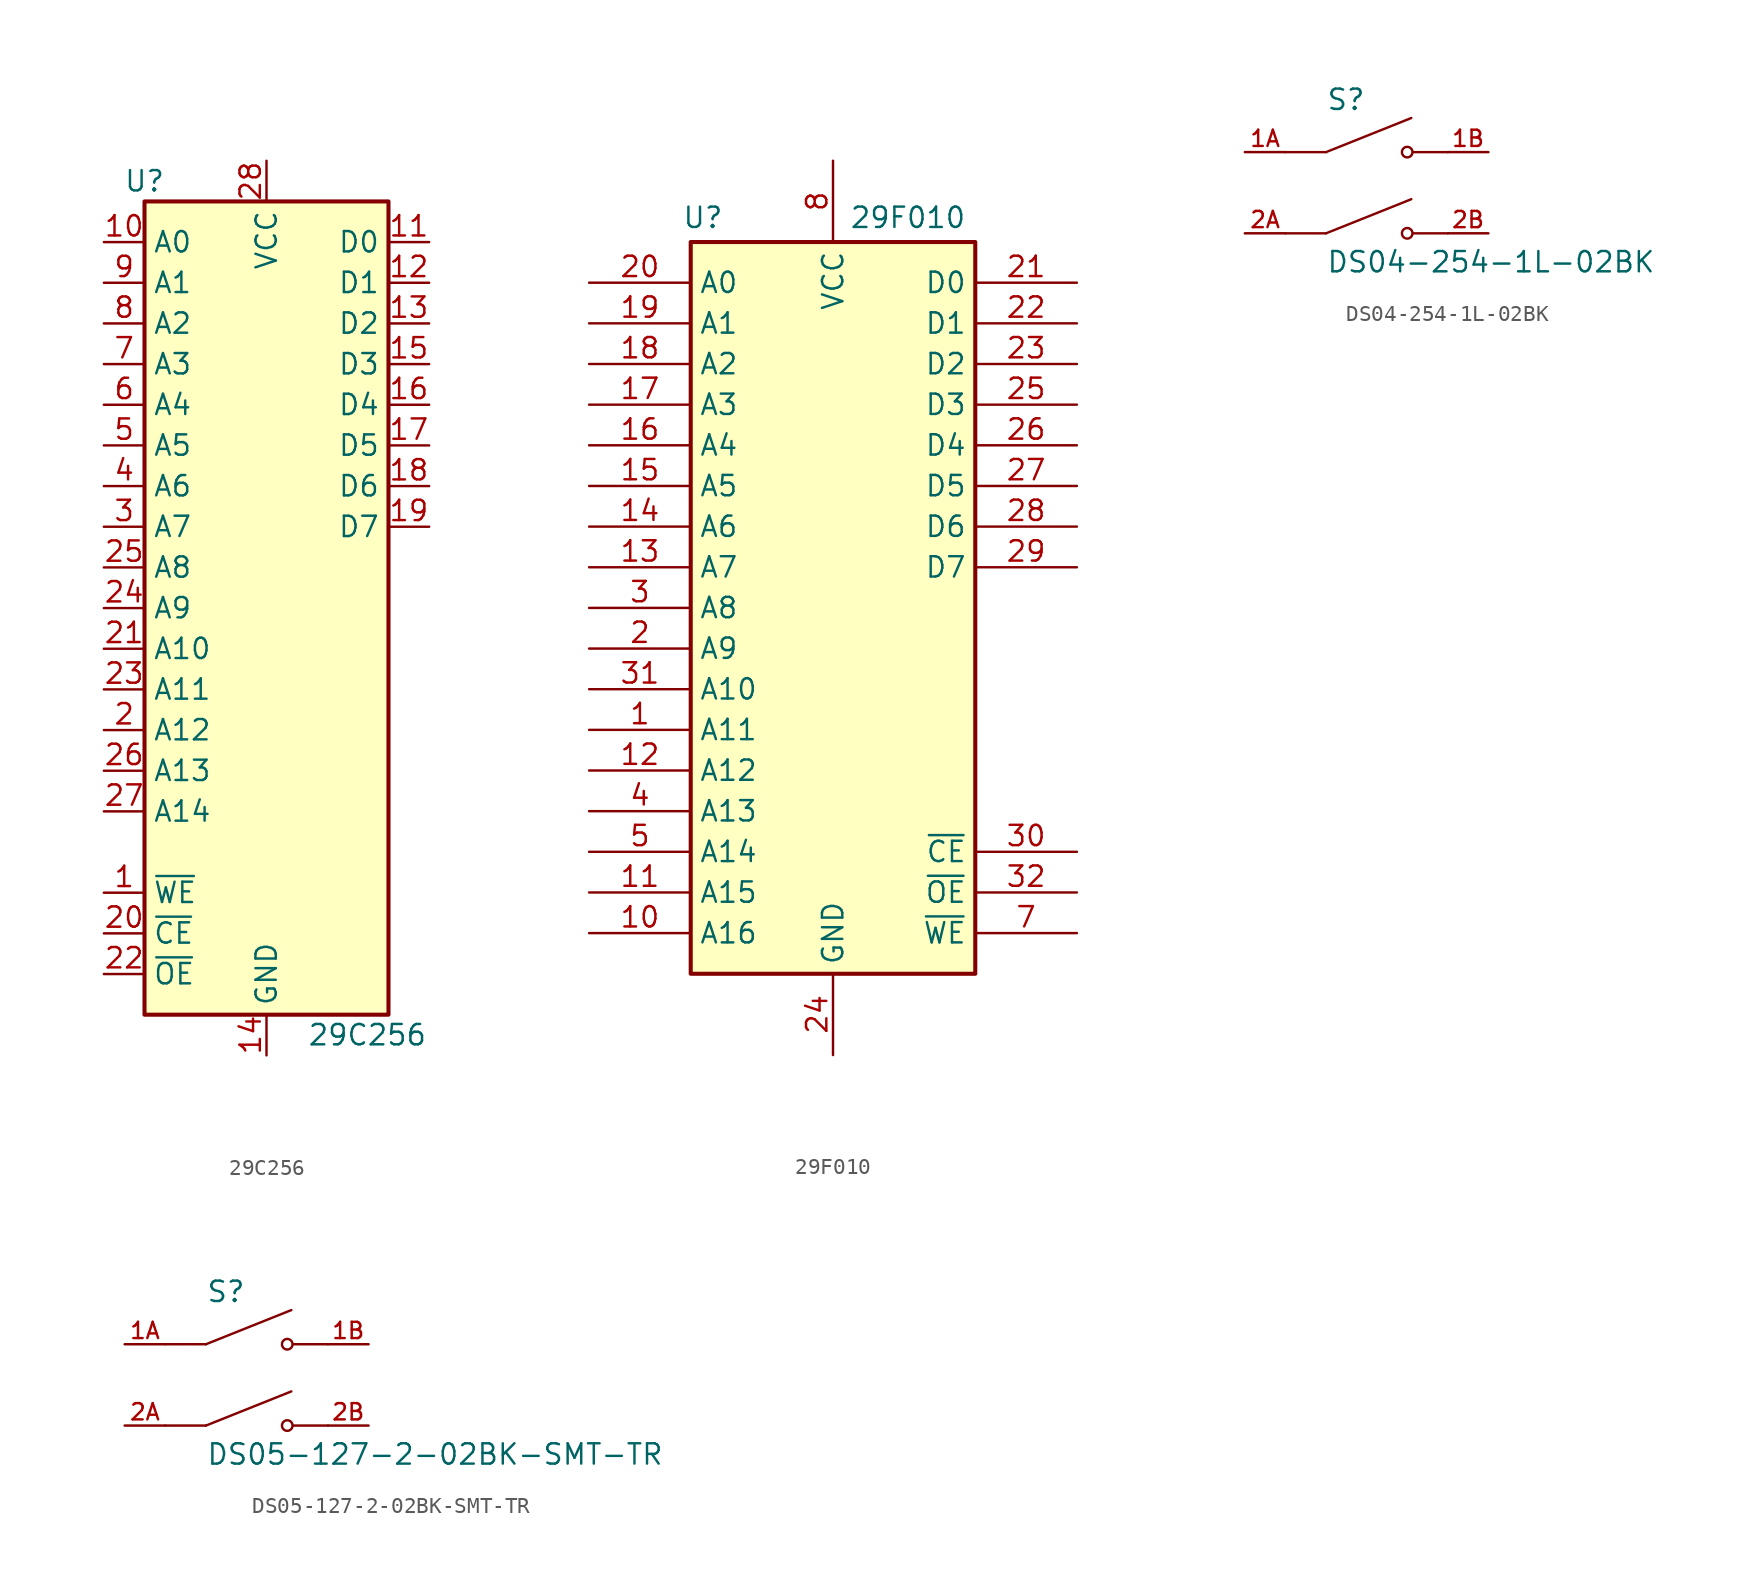
<source format=kicad_sym>
(kicad_symbol_lib
  (version 20211014)
  (generator kicad_symbol_editor)
  (symbol "29C256"
    (property "Reference" "U"
      (at -7.62 26.67 0)
      (effects (font (size 1.27 1.27))))
    (property "Value" "29C256"
      (at 2.54 -26.67 0)
      (effects (font (size 1.27 1.27)) (justify left)))
    (symbol "29C256_1_1"
      (rectangle (start -7.62 25.4) (end 7.62 -25.4) (stroke (width 0.254) (type default) (color 0 0 0 0)) (fill (type background)))
      (pin input line (at -10.16 -17.78 0) (length 2.54) (name "~{WE}" (effects (font (size 1.27 1.27)))) (number "1" (effects (font (size 1.27 1.27)))))
      (pin input line (at -10.16 22.86 0) (length 2.54) (name "A0" (effects (font (size 1.27 1.27)))) (number "10" (effects (font (size 1.27 1.27)))))
      (pin tri_state line (at 10.16 22.86 180) (length 2.54) (name "D0" (effects (font (size 1.27 1.27)))) (number "11" (effects (font (size 1.27 1.27)))))
      (pin tri_state line (at 10.16 20.32 180) (length 2.54) (name "D1" (effects (font (size 1.27 1.27)))) (number "12" (effects (font (size 1.27 1.27)))))
      (pin tri_state line (at 10.16 17.78 180) (length 2.54) (name "D2" (effects (font (size 1.27 1.27)))) (number "13" (effects (font (size 1.27 1.27)))))
      (pin power_in line (at 0 -27.94 90) (length 2.54) (name "GND" (effects (font (size 1.27 1.27)))) (number "14" (effects (font (size 1.27 1.27)))))
      (pin tri_state line (at 10.16 15.24 180) (length 2.54) (name "D3" (effects (font (size 1.27 1.27)))) (number "15" (effects (font (size 1.27 1.27)))))
      (pin tri_state line (at 10.16 12.7 180) (length 2.54) (name "D4" (effects (font (size 1.27 1.27)))) (number "16" (effects (font (size 1.27 1.27)))))
      (pin tri_state line (at 10.16 10.16 180) (length 2.54) (name "D5" (effects (font (size 1.27 1.27)))) (number "17" (effects (font (size 1.27 1.27)))))
      (pin tri_state line (at 10.16 7.62 180) (length 2.54) (name "D6" (effects (font (size 1.27 1.27)))) (number "18" (effects (font (size 1.27 1.27)))))
      (pin tri_state line (at 10.16 5.08 180) (length 2.54) (name "D7" (effects (font (size 1.27 1.27)))) (number "19" (effects (font (size 1.27 1.27)))))
      (pin input line (at -10.16 -7.62 0) (length 2.54) (name "A12" (effects (font (size 1.27 1.27)))) (number "2" (effects (font (size 1.27 1.27)))))
      (pin input line (at -10.16 -20.32 0) (length 2.54) (name "~{CE}" (effects (font (size 1.27 1.27)))) (number "20" (effects (font (size 1.27 1.27)))))
      (pin input line (at -10.16 -2.54 0) (length 2.54) (name "A10" (effects (font (size 1.27 1.27)))) (number "21" (effects (font (size 1.27 1.27)))))
      (pin input line (at -10.16 -22.86 0) (length 2.54) (name "~{OE}" (effects (font (size 1.27 1.27)))) (number "22" (effects (font (size 1.27 1.27)))))
      (pin input line (at -10.16 -5.08 0) (length 2.54) (name "A11" (effects (font (size 1.27 1.27)))) (number "23" (effects (font (size 1.27 1.27)))))
      (pin input line (at -10.16 0 0) (length 2.54) (name "A9" (effects (font (size 1.27 1.27)))) (number "24" (effects (font (size 1.27 1.27)))))
      (pin input line (at -10.16 2.54 0) (length 2.54) (name "A8" (effects (font (size 1.27 1.27)))) (number "25" (effects (font (size 1.27 1.27)))))
      (pin input line (at -10.16 -10.16 0) (length 2.54) (name "A13" (effects (font (size 1.27 1.27)))) (number "26" (effects (font (size 1.27 1.27)))))
      (pin input line (at -10.16 -12.7 0) (length 2.54) (name "A14" (effects (font (size 1.27 1.27)))) (number "27" (effects (font (size 1.27 1.27)))))
      (pin power_in line (at 0 27.94 270) (length 2.54) (name "VCC" (effects (font (size 1.27 1.27)))) (number "28" (effects (font (size 1.27 1.27)))))
      (pin input line (at -10.16 5.08 0) (length 2.54) (name "A7" (effects (font (size 1.27 1.27)))) (number "3" (effects (font (size 1.27 1.27)))))
      (pin input line (at -10.16 7.62 0) (length 2.54) (name "A6" (effects (font (size 1.27 1.27)))) (number "4" (effects (font (size 1.27 1.27)))))
      (pin input line (at -10.16 10.16 0) (length 2.54) (name "A5" (effects (font (size 1.27 1.27)))) (number "5" (effects (font (size 1.27 1.27)))))
      (pin input line (at -10.16 12.7 0) (length 2.54) (name "A4" (effects (font (size 1.27 1.27)))) (number "6" (effects (font (size 1.27 1.27)))))
      (pin input line (at -10.16 15.24 0) (length 2.54) (name "A3" (effects (font (size 1.27 1.27)))) (number "7" (effects (font (size 1.27 1.27)))))
      (pin input line (at -10.16 17.78 0) (length 2.54) (name "A2" (effects (font (size 1.27 1.27)))) (number "8" (effects (font (size 1.27 1.27)))))
      (pin input line (at -10.16 20.32 0) (length 2.54) (name "A1" (effects (font (size 1.27 1.27)))) (number "9" (effects (font (size 1.27 1.27)))))))
  (symbol "29F010"
    (property "Reference" "U"
      (at -8.128 24.384 0)
      (effects (font (size 1.27 1.27))))
    (property "Value" "29F010"
      (at 1.016 24.384 0)
      (effects (font (size 1.27 1.27)) (justify left)))
    (symbol "29F010_0_1"
      (rectangle (start -8.89 -22.86) (end 8.89 22.86) (stroke (width 0.254) (type default) (color 0 0 0 0)) (fill (type background))))
    (symbol "29F010_1_1"
      (pin input line (at -15.24 -7.62 0) (length 6.35) (name "A11" (effects (font (size 1.27 1.27)))) (number "1" (effects (font (size 1.27 1.27)))))
      (pin input line (at -15.24 -20.32 0) (length 6.35) (name "A16" (effects (font (size 1.27 1.27)))) (number "10" (effects (font (size 1.27 1.27)))))
      (pin input line (at -15.24 -17.78 0) (length 6.35) (name "A15" (effects (font (size 1.27 1.27)))) (number "11" (effects (font (size 1.27 1.27)))))
      (pin input line (at -15.24 -10.16 0) (length 6.35) (name "A12" (effects (font (size 1.27 1.27)))) (number "12" (effects (font (size 1.27 1.27)))))
      (pin input line (at -15.24 2.54 0) (length 6.35) (name "A7" (effects (font (size 1.27 1.27)))) (number "13" (effects (font (size 1.27 1.27)))))
      (pin input line (at -15.24 5.08 0) (length 6.35) (name "A6" (effects (font (size 1.27 1.27)))) (number "14" (effects (font (size 1.27 1.27)))))
      (pin input line (at -15.24 7.62 0) (length 6.35) (name "A5" (effects (font (size 1.27 1.27)))) (number "15" (effects (font (size 1.27 1.27)))))
      (pin input line (at -15.24 10.16 0) (length 6.35) (name "A4" (effects (font (size 1.27 1.27)))) (number "16" (effects (font (size 1.27 1.27)))))
      (pin input line (at -15.24 12.7 0) (length 6.35) (name "A3" (effects (font (size 1.27 1.27)))) (number "17" (effects (font (size 1.27 1.27)))))
      (pin input line (at -15.24 15.24 0) (length 6.35) (name "A2" (effects (font (size 1.27 1.27)))) (number "18" (effects (font (size 1.27 1.27)))))
      (pin input line (at -15.24 17.78 0) (length 6.35) (name "A1" (effects (font (size 1.27 1.27)))) (number "19" (effects (font (size 1.27 1.27)))))
      (pin input line (at -15.24 -2.54 0) (length 6.35) (name "A9" (effects (font (size 1.27 1.27)))) (number "2" (effects (font (size 1.27 1.27)))))
      (pin input line (at -15.24 20.32 0) (length 6.35) (name "A0" (effects (font (size 1.27 1.27)))) (number "20" (effects (font (size 1.27 1.27)))))
      (pin tri_state line (at 15.24 20.32 180) (length 6.35) (name "D0" (effects (font (size 1.27 1.27)))) (number "21" (effects (font (size 1.27 1.27)))))
      (pin tri_state line (at 15.24 17.78 180) (length 6.35) (name "D1" (effects (font (size 1.27 1.27)))) (number "22" (effects (font (size 1.27 1.27)))))
      (pin tri_state line (at 15.24 15.24 180) (length 6.35) (name "D2" (effects (font (size 1.27 1.27)))) (number "23" (effects (font (size 1.27 1.27)))))
      (pin input line (at 0 -27.94 90) (length 5.08) (name "GND" (effects (font (size 1.27 1.27)))) (number "24" (effects (font (size 1.27 1.27)))))
      (pin tri_state line (at 15.24 12.7 180) (length 6.35) (name "D3" (effects (font (size 1.27 1.27)))) (number "25" (effects (font (size 1.27 1.27)))))
      (pin tri_state line (at 15.24 10.16 180) (length 6.35) (name "D4" (effects (font (size 1.27 1.27)))) (number "26" (effects (font (size 1.27 1.27)))))
      (pin tri_state line (at 15.24 7.62 180) (length 6.35) (name "D5" (effects (font (size 1.27 1.27)))) (number "27" (effects (font (size 1.27 1.27)))))
      (pin tri_state line (at 15.24 5.08 180) (length 6.35) (name "D6" (effects (font (size 1.27 1.27)))) (number "28" (effects (font (size 1.27 1.27)))))
      (pin tri_state line (at 15.24 2.54 180) (length 6.35) (name "D7" (effects (font (size 1.27 1.27)))) (number "29" (effects (font (size 1.27 1.27)))))
      (pin input line (at -15.24 0 0) (length 6.35) (name "A8" (effects (font (size 1.27 1.27)))) (number "3" (effects (font (size 1.27 1.27)))))
      (pin input line (at 15.24 -15.24 180) (length 6.35) (name "~{CE}" (effects (font (size 1.27 1.27)))) (number "30" (effects (font (size 1.27 1.27)))))
      (pin input line (at -15.24 -5.08 0) (length 6.35) (name "A10" (effects (font (size 1.27 1.27)))) (number "31" (effects (font (size 1.27 1.27)))))
      (pin input line (at 15.24 -17.78 180) (length 6.35) (name "~{OE}" (effects (font (size 1.27 1.27)))) (number "32" (effects (font (size 1.27 1.27)))))
      (pin input line (at -15.24 -12.7 0) (length 6.35) (name "A13" (effects (font (size 1.27 1.27)))) (number "4" (effects (font (size 1.27 1.27)))))
      (pin input line (at -15.24 -15.24 0) (length 6.35) (name "A14" (effects (font (size 1.27 1.27)))) (number "5" (effects (font (size 1.27 1.27)))))
      (pin input line (at 15.24 -20.32 180) (length 6.35) (name "~{WE}" (effects (font (size 1.27 1.27)))) (number "7" (effects (font (size 1.27 1.27)))))
      (pin input line (at 0 27.94 270) (length 5.08) (name "VCC" (effects (font (size 1.27 1.27)))) (number "8" (effects (font (size 1.27 1.27)))))))
  (symbol "DS04-254-1L-02BK"
    (pin_names
      (offset 1.016) hide)
    (property "Reference" "S"
      (at -2.54 5.08 0)
      (effects (font (size 1.27 1.27)) (justify left bottom)))
    (property "Value" "DS04-254-1L-02BK"
      (at -2.54 -5.08 0)
      (effects (font (size 1.27 1.27)) (justify left bottom)))
    (symbol "DS04-254-1L-02BK_0_0"
      (polyline (pts (xy -2.54 -2.54) (xy -5.08 -2.54)) (stroke (width 0.152) (type default) (color 0 0 0 0)) (fill (type none)))
      (polyline (pts (xy -2.54 -2.54) (xy 2.794 -0.406)) (stroke (width 0.152) (type default) (color 0 0 0 0)) (fill (type none)))
      (polyline (pts (xy -2.54 2.54) (xy -5.08 2.54)) (stroke (width 0.152) (type default) (color 0 0 0 0)) (fill (type none)))
      (polyline (pts (xy -2.54 2.54) (xy 2.794 4.674)) (stroke (width 0.152) (type default) (color 0 0 0 0)) (fill (type none)))
      (polyline (pts (xy 5.08 -2.54) (xy 2.921 -2.54)) (stroke (width 0.152) (type default) (color 0 0 0 0)) (fill (type none)))
      (polyline (pts (xy 5.08 2.54) (xy 2.921 2.54)) (stroke (width 0.152) (type default) (color 0 0 0 0)) (fill (type none)))
      (circle (center 2.54 -2.54) (radius 0.33) (stroke (width 0.152) (type default) (color 0 0 0 0)) (fill (type none)))
      (circle (center 2.54 2.54) (radius 0.33) (stroke (width 0.152) (type default) (color 0 0 0 0)) (fill (type none)))
      (pin passive line (at -7.62 2.54 0) (length 2.54) (name "~" (effects (font (size 1.016 1.016)))) (number "1A" (effects (font (size 1.016 1.016)))))
      (pin passive line (at 7.62 2.54 180) (length 2.54) (name "~" (effects (font (size 1.016 1.016)))) (number "1B" (effects (font (size 1.016 1.016)))))
      (pin passive line (at -7.62 -2.54 0) (length 2.54) (name "~" (effects (font (size 1.016 1.016)))) (number "2A" (effects (font (size 1.016 1.016)))))
      (pin passive line (at 7.62 -2.54 180) (length 2.54) (name "~" (effects (font (size 1.016 1.016)))) (number "2B" (effects (font (size 1.016 1.016)))))))
  (symbol "DS05-127-2-02BK-SMT-TR"
    (pin_names
      (offset 1.016) hide)
    (property "Reference" "S"
      (at -2.54 5.08 0)
      (effects (font (size 1.27 1.27)) (justify left bottom)))
    (property "Value" "DS05-127-2-02BK-SMT-TR"
      (at -2.54 -5.08 0)
      (effects (font (size 1.27 1.27)) (justify left bottom)))
    (property "ki_locked" ""
      (at 0 0 0)
      (effects (font (size 1.27 1.27))))
    (symbol "DS05-127-2-02BK-SMT-TR_0_0"
      (polyline (pts (xy -2.54 -2.54) (xy -5.08 -2.54)) (stroke (width 0.152) (type default) (color 0 0 0 0)) (fill (type none)))
      (polyline (pts (xy -2.54 -2.54) (xy 2.794 -0.406)) (stroke (width 0.152) (type default) (color 0 0 0 0)) (fill (type none)))
      (polyline (pts (xy -2.54 2.54) (xy -5.08 2.54)) (stroke (width 0.152) (type default) (color 0 0 0 0)) (fill (type none)))
      (polyline (pts (xy -2.54 2.54) (xy 2.794 4.674)) (stroke (width 0.152) (type default) (color 0 0 0 0)) (fill (type none)))
      (polyline (pts (xy 5.08 -2.54) (xy 2.921 -2.54)) (stroke (width 0.152) (type default) (color 0 0 0 0)) (fill (type none)))
      (polyline (pts (xy 5.08 2.54) (xy 2.921 2.54)) (stroke (width 0.152) (type default) (color 0 0 0 0)) (fill (type none)))
      (circle (center 2.54 -2.54) (radius 0.33) (stroke (width 0.152) (type default) (color 0 0 0 0)) (fill (type none)))
      (circle (center 2.54 2.54) (radius 0.33) (stroke (width 0.152) (type default) (color 0 0 0 0)) (fill (type none)))
      (pin passive line (at -7.62 2.54 0) (length 2.54) (name "~" (effects (font (size 1.016 1.016)))) (number "1A" (effects (font (size 1.016 1.016)))))
      (pin passive line (at 7.62 2.54 180) (length 2.54) (name "~" (effects (font (size 1.016 1.016)))) (number "1B" (effects (font (size 1.016 1.016)))))
      (pin passive line (at -7.62 -2.54 0) (length 2.54) (name "~" (effects (font (size 1.016 1.016)))) (number "2A" (effects (font (size 1.016 1.016)))))
      (pin passive line (at 7.62 -2.54 180) (length 2.54) (name "~" (effects (font (size 1.016 1.016)))) (number "2B" (effects (font (size 1.016 1.016))))))))
</source>
